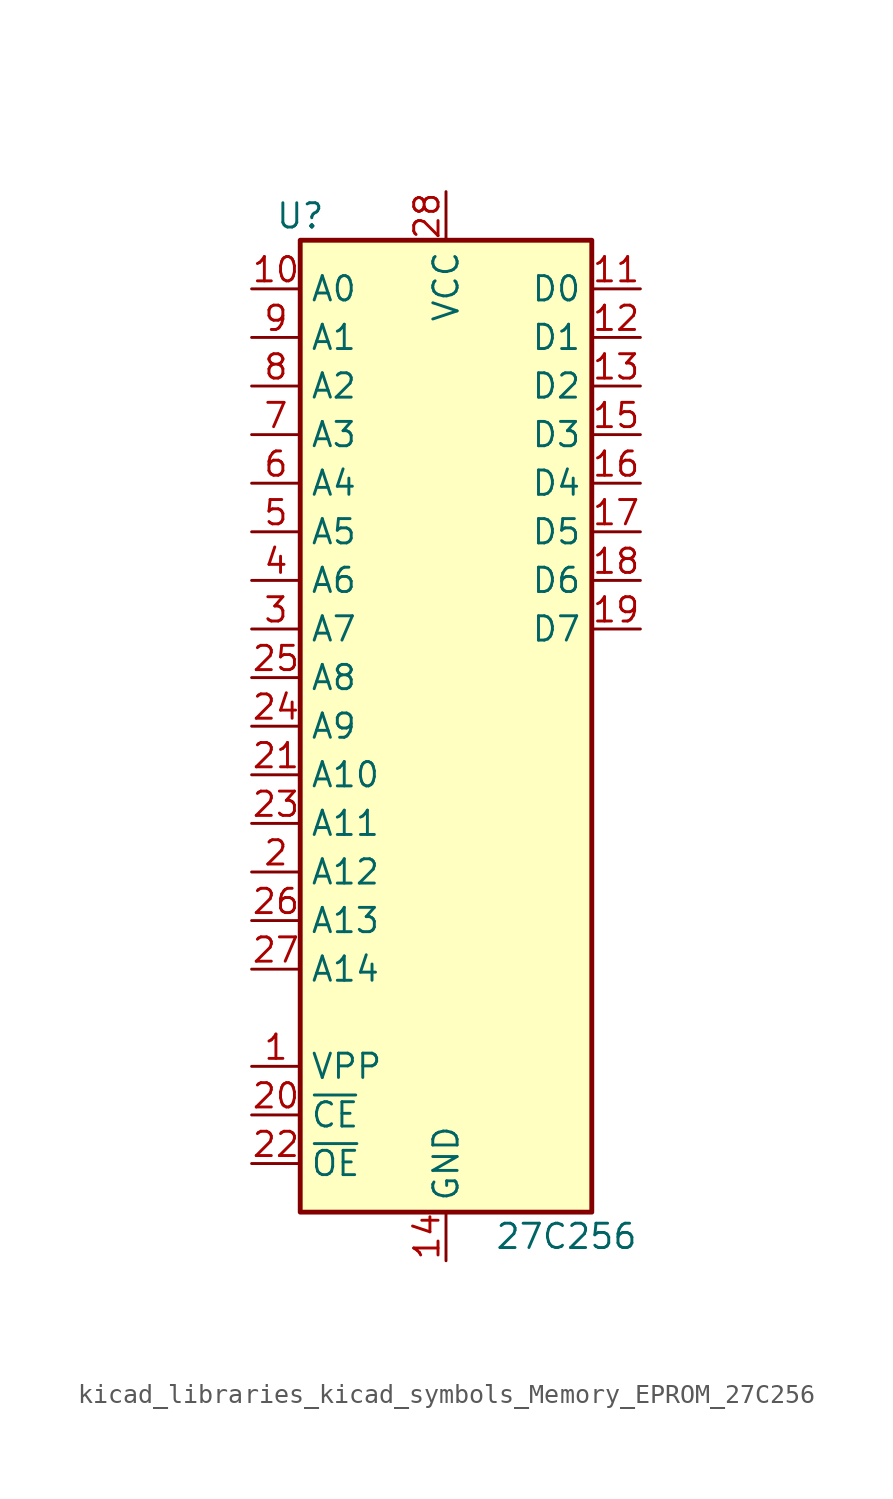
<source format=kicad_sym>
(kicad_symbol_lib
  (version 20220914)
  (generator kicad_symbol_editor)
  (symbol "kicad_libraries_kicad_symbols_Memory_EPROM_27C256"
    (property "Reference" "U"
      (at -7.62 26.67 0)
      (effects (font (size 1.27 1.27))))
    (property "Value" "27C256"
      (at 2.54 -26.67 0)
      (effects (font (size 1.27 1.27)) (justify left)))
    (symbol "kicad_libraries_kicad_symbols_Memory_EPROM_27C256_1_1"
      (rectangle (start -7.62 25.4) (end 7.62 -25.4) (stroke (width 0.254) (type default)) (fill (type background)))
      (pin input line (at -10.16 -17.78 0) (length 2.54) (name "VPP" (effects (font (size 1.27 1.27)))) (number "1" (effects (font (size 1.27 1.27)))))
      (pin input line (at -10.16 22.86 0) (length 2.54) (name "A0" (effects (font (size 1.27 1.27)))) (number "10" (effects (font (size 1.27 1.27)))))
      (pin tri_state line (at 10.16 22.86 180) (length 2.54) (name "D0" (effects (font (size 1.27 1.27)))) (number "11" (effects (font (size 1.27 1.27)))))
      (pin tri_state line (at 10.16 20.32 180) (length 2.54) (name "D1" (effects (font (size 1.27 1.27)))) (number "12" (effects (font (size 1.27 1.27)))))
      (pin tri_state line (at 10.16 17.78 180) (length 2.54) (name "D2" (effects (font (size 1.27 1.27)))) (number "13" (effects (font (size 1.27 1.27)))))
      (pin power_in line (at 0 -27.94 90) (length 2.54) (name "GND" (effects (font (size 1.27 1.27)))) (number "14" (effects (font (size 1.27 1.27)))))
      (pin tri_state line (at 10.16 15.24 180) (length 2.54) (name "D3" (effects (font (size 1.27 1.27)))) (number "15" (effects (font (size 1.27 1.27)))))
      (pin tri_state line (at 10.16 12.7 180) (length 2.54) (name "D4" (effects (font (size 1.27 1.27)))) (number "16" (effects (font (size 1.27 1.27)))))
      (pin tri_state line (at 10.16 10.16 180) (length 2.54) (name "D5" (effects (font (size 1.27 1.27)))) (number "17" (effects (font (size 1.27 1.27)))))
      (pin tri_state line (at 10.16 7.62 180) (length 2.54) (name "D6" (effects (font (size 1.27 1.27)))) (number "18" (effects (font (size 1.27 1.27)))))
      (pin tri_state line (at 10.16 5.08 180) (length 2.54) (name "D7" (effects (font (size 1.27 1.27)))) (number "19" (effects (font (size 1.27 1.27)))))
      (pin input line (at -10.16 -7.62 0) (length 2.54) (name "A12" (effects (font (size 1.27 1.27)))) (number "2" (effects (font (size 1.27 1.27)))))
      (pin input line (at -10.16 -20.32 0) (length 2.54) (name "~{CE}" (effects (font (size 1.27 1.27)))) (number "20" (effects (font (size 1.27 1.27)))))
      (pin input line (at -10.16 -2.54 0) (length 2.54) (name "A10" (effects (font (size 1.27 1.27)))) (number "21" (effects (font (size 1.27 1.27)))))
      (pin input line (at -10.16 -22.86 0) (length 2.54) (name "~{OE}" (effects (font (size 1.27 1.27)))) (number "22" (effects (font (size 1.27 1.27)))))
      (pin input line (at -10.16 -5.08 0) (length 2.54) (name "A11" (effects (font (size 1.27 1.27)))) (number "23" (effects (font (size 1.27 1.27)))))
      (pin input line (at -10.16 0 0) (length 2.54) (name "A9" (effects (font (size 1.27 1.27)))) (number "24" (effects (font (size 1.27 1.27)))))
      (pin input line (at -10.16 2.54 0) (length 2.54) (name "A8" (effects (font (size 1.27 1.27)))) (number "25" (effects (font (size 1.27 1.27)))))
      (pin input line (at -10.16 -10.16 0) (length 2.54) (name "A13" (effects (font (size 1.27 1.27)))) (number "26" (effects (font (size 1.27 1.27)))))
      (pin input line (at -10.16 -12.7 0) (length 2.54) (name "A14" (effects (font (size 1.27 1.27)))) (number "27" (effects (font (size 1.27 1.27)))))
      (pin power_in line (at 0 27.94 270) (length 2.54) (name "VCC" (effects (font (size 1.27 1.27)))) (number "28" (effects (font (size 1.27 1.27)))))
      (pin input line (at -10.16 5.08 0) (length 2.54) (name "A7" (effects (font (size 1.27 1.27)))) (number "3" (effects (font (size 1.27 1.27)))))
      (pin input line (at -10.16 7.62 0) (length 2.54) (name "A6" (effects (font (size 1.27 1.27)))) (number "4" (effects (font (size 1.27 1.27)))))
      (pin input line (at -10.16 10.16 0) (length 2.54) (name "A5" (effects (font (size 1.27 1.27)))) (number "5" (effects (font (size 1.27 1.27)))))
      (pin input line (at -10.16 12.7 0) (length 2.54) (name "A4" (effects (font (size 1.27 1.27)))) (number "6" (effects (font (size 1.27 1.27)))))
      (pin input line (at -10.16 15.24 0) (length 2.54) (name "A3" (effects (font (size 1.27 1.27)))) (number "7" (effects (font (size 1.27 1.27)))))
      (pin input line (at -10.16 17.78 0) (length 2.54) (name "A2" (effects (font (size 1.27 1.27)))) (number "8" (effects (font (size 1.27 1.27)))))
      (pin input line (at -10.16 20.32 0) (length 2.54) (name "A1" (effects (font (size 1.27 1.27)))) (number "9" (effects (font (size 1.27 1.27))))))))
</source>
